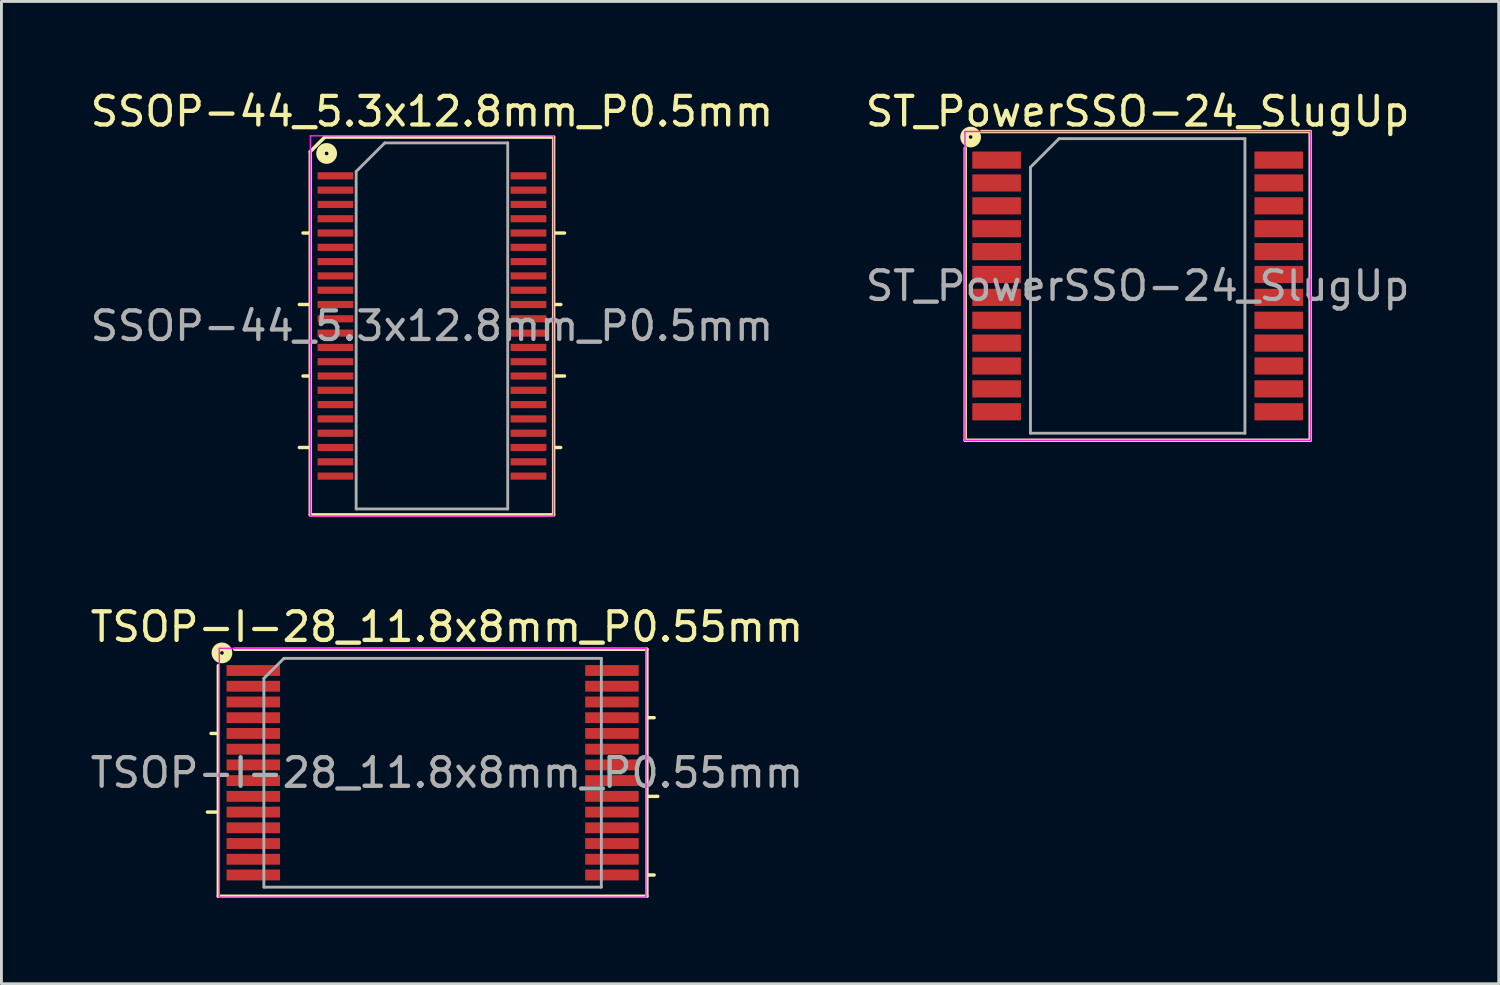
<source format=kicad_pcb>
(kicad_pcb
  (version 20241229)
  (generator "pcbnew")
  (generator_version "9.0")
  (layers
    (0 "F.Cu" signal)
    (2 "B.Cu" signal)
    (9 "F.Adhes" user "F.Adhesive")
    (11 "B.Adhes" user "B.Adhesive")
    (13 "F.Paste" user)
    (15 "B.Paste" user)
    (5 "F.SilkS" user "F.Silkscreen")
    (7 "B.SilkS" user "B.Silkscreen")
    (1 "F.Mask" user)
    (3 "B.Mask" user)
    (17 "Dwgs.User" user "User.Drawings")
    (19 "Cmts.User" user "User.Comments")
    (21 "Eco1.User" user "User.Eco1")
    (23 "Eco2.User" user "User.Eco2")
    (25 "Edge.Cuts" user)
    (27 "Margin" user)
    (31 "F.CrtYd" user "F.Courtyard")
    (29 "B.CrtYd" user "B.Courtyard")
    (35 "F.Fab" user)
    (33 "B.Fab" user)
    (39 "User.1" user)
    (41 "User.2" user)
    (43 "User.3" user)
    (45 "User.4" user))
  (footprint "TSOP-I-28_11.8x8mm_P0.55mm"
    (layer "F.Cu")
    (at 12.077 23.971)
    (property "Reference" "TSOP-I-28_11.8x8mm_P0.55mm" (at 0.5 -5.1 0) (layer "F.SilkS") (effects (font (size 1 1) (thickness 0.15))))
    (attr smd)
    (fp_line (start -7.493 -3.747) (end -7.493 4.318) (stroke (width 0.12) (type solid)) (layer "F.SilkS"))
    (fp_line (start -7.493 -1.375) (end -7.747 -1.375) (stroke (width 0.12) (type solid)) (layer "F.SilkS"))
    (fp_line (start -7.493 1.375) (end -7.874 1.375) (stroke (width 0.12) (type solid)) (layer "F.SilkS"))
    (fp_line (start -7.493 4.318) (end 7.493 4.318) (stroke (width 0.12) (type solid)) (layer "F.SilkS"))
    (fp_line (start 7.493 -4.318) (end -6.921 -4.318) (stroke (width 0.12) (type solid)) (layer "F.SilkS"))
    (fp_line (start 7.493 -1.925) (end 7.747 -1.925) (stroke (width 0.12) (type solid)) (layer "F.SilkS"))
    (fp_line (start 7.493 0.826) (end 7.874 0.825) (stroke (width 0.12) (type solid)) (layer "F.SilkS"))
    (fp_line (start 7.493 3.575) (end 7.747 3.575) (stroke (width 0.12) (type solid)) (layer "F.SilkS"))
    (fp_line (start 7.493 4.318) (end 7.493 -4.318) (stroke (width 0.12) (type solid)) (layer "F.SilkS"))
    (fp_circle (center -7.366 -4.191) (end -7.303 -4.191) (stroke (width 0.3) (type solid)) (fill no) (layer "F.SilkS"))
    (fp_line (start -7.46 -4.35) (end -7.46 4.35) (stroke (width 0.05) (type solid)) (layer "F.CrtYd"))
    (fp_line (start -7.46 -4.35) (end 7.46 -4.35) (stroke (width 0.05) (type solid)) (layer "F.CrtYd"))
    (fp_line (start 7.46 4.35) (end -7.46 4.35) (stroke (width 0.05) (type solid)) (layer "F.CrtYd"))
    (fp_line (start 7.46 4.35) (end 7.46 -4.35) (stroke (width 0.05) (type solid)) (layer "F.CrtYd"))
    (fp_line (start -5.9 -3.3) (end -5.9 4) (stroke (width 0.1) (type solid)) (layer "F.Fab"))
    (fp_line (start -5.9 -3.3) (end -5.2 -4) (stroke (width 0.1) (type solid)) (layer "F.Fab"))
    (fp_line (start 5.9 -4) (end -5.2 -4) (stroke (width 0.1) (type solid)) (layer "F.Fab"))
    (fp_line (start 5.9 -4) (end 5.9 4) (stroke (width 0.1) (type solid)) (layer "F.Fab"))
    (fp_line (start 5.9 4) (end -5.9 4) (stroke (width 0.1) (type solid)) (layer "F.Fab"))
    (fp_text user "${REFERENCE}" (at 0.5 0 0) (layer "F.Fab") (effects (font (size 1 1) (thickness 0.15))))
    (pad "1" smd rect (at -6.27 -3.575) (size 1.87 0.38) (layers "F.Cu" "F.Mask" "F.Paste"))
    (pad "2" smd rect (at -6.27 -3.025) (size 1.87 0.38) (layers "F.Cu" "F.Mask" "F.Paste"))
    (pad "3" smd rect (at -6.27 -2.475) (size 1.87 0.38) (layers "F.Cu" "F.Mask" "F.Paste"))
    (pad "4" smd rect (at -6.27 -1.925) (size 1.87 0.38) (layers "F.Cu" "F.Mask" "F.Paste"))
    (pad "5" smd rect (at -6.27 -1.375) (size 1.87 0.38) (layers "F.Cu" "F.Mask" "F.Paste"))
    (pad "6" smd rect (at -6.27 -0.825) (size 1.87 0.38) (layers "F.Cu" "F.Mask" "F.Paste"))
    (pad "7" smd rect (at -6.27 -0.275) (size 1.87 0.38) (layers "F.Cu" "F.Mask" "F.Paste"))
    (pad "8" smd rect (at -6.27 0.275) (size 1.87 0.38) (layers "F.Cu" "F.Mask" "F.Paste"))
    (pad "9" smd rect (at -6.27 0.825) (size 1.87 0.38) (layers "F.Cu" "F.Mask" "F.Paste"))
    (pad "10" smd rect (at -6.27 1.375) (size 1.87 0.38) (layers "F.Cu" "F.Mask" "F.Paste"))
    (pad "11" smd rect (at -6.27 1.925) (size 1.87 0.38) (layers "F.Cu" "F.Mask" "F.Paste"))
    (pad "12" smd rect (at -6.27 2.475) (size 1.87 0.38) (layers "F.Cu" "F.Mask" "F.Paste"))
    (pad "13" smd rect (at -6.27 3.025) (size 1.87 0.38) (layers "F.Cu" "F.Mask" "F.Paste"))
    (pad "14" smd rect (at -6.27 3.575) (size 1.87 0.38) (layers "F.Cu" "F.Mask" "F.Paste"))
    (pad "15" smd rect (at 6.27 3.575) (size 1.87 0.38) (layers "F.Cu" "F.Mask" "F.Paste"))
    (pad "16" smd rect (at 6.27 3.025) (size 1.87 0.38) (layers "F.Cu" "F.Mask" "F.Paste"))
    (pad "17" smd rect (at 6.27 2.475) (size 1.87 0.38) (layers "F.Cu" "F.Mask" "F.Paste"))
    (pad "18" smd rect (at 6.27 1.925) (size 1.87 0.38) (layers "F.Cu" "F.Mask" "F.Paste"))
    (pad "19" smd rect (at 6.27 1.375) (size 1.87 0.38) (layers "F.Cu" "F.Mask" "F.Paste"))
    (pad "20" smd rect (at 6.27 0.825) (size 1.87 0.38) (layers "F.Cu" "F.Mask" "F.Paste"))
    (pad "21" smd rect (at 6.27 0.275) (size 1.87 0.38) (layers "F.Cu" "F.Mask" "F.Paste"))
    (pad "22" smd rect (at 6.27 -0.275) (size 1.87 0.38) (layers "F.Cu" "F.Mask" "F.Paste"))
    (pad "23" smd rect (at 6.27 -0.825) (size 1.87 0.38) (layers "F.Cu" "F.Mask" "F.Paste"))
    (pad "24" smd rect (at 6.27 -1.375) (size 1.87 0.38) (layers "F.Cu" "F.Mask" "F.Paste"))
    (pad "25" smd rect (at 6.27 -1.925) (size 1.87 0.38) (layers "F.Cu" "F.Mask" "F.Paste"))
    (pad "26" smd rect (at 6.27 -2.475) (size 1.87 0.38) (layers "F.Cu" "F.Mask" "F.Paste"))
    (pad "27" smd rect (at 6.27 -3.025) (size 1.87 0.38) (layers "F.Cu" "F.Mask" "F.Paste"))
    (pad "28" smd rect (at 6.27 -3.575) (size 1.87 0.38) (layers "F.Cu" "F.Mask" "F.Paste")))
  (footprint "SSOP-44_5.3x12.8mm_P0.5mm"
    (layer "F.Cu")
    (at 12.054 8.348)
    (property "Reference" "SSOP-44_5.3x12.8mm_P0.5mm" (at 0 -7.5 0) (layer "F.SilkS") (effects (font (size 1 1) (thickness 0.15))))
    (attr smd)
    (fp_line (start -4.636 -0.75) (end -4.255 -0.75) (stroke (width 0.12) (type solid)) (layer "F.SilkS"))
    (fp_line (start -4.636 4.25) (end -4.255 4.25) (stroke (width 0.12) (type solid)) (layer "F.SilkS"))
    (fp_line (start -4.508 -3.25) (end -4.255 -3.25) (stroke (width 0.12) (type solid)) (layer "F.SilkS"))
    (fp_line (start -4.508 1.75) (end -4.255 1.75) (stroke (width 0.12) (type solid)) (layer "F.SilkS"))
    (fp_line (start -4.255 -6.096) (end -4.255 6.604) (stroke (width 0.12) (type solid)) (layer "F.SilkS"))
    (fp_line (start -4.255 -6.096) (end -3.747 -6.604) (stroke (width 0.12) (type solid)) (layer "F.SilkS"))
    (fp_line (start -4.255 6.604) (end 4.255 6.604) (stroke (width 0.12) (type solid)) (layer "F.SilkS"))
    (fp_line (start 4.255 -6.604) (end -3.747 -6.604) (stroke (width 0.12) (type solid)) (layer "F.SilkS"))
    (fp_line (start 4.255 -3.25) (end 4.636 -3.25) (stroke (width 0.12) (type solid)) (layer "F.SilkS"))
    (fp_line (start 4.255 -0.75) (end 4.508 -0.75) (stroke (width 0.12) (type solid)) (layer "F.SilkS"))
    (fp_line (start 4.255 1.75) (end 4.636 1.75) (stroke (width 0.12) (type solid)) (layer "F.SilkS"))
    (fp_line (start 4.255 4.25) (end 4.5 4.25) (stroke (width 0.12) (type solid)) (layer "F.SilkS"))
    (fp_line (start 4.255 6.604) (end 4.255 -6.604) (stroke (width 0.12) (type solid)) (layer "F.SilkS"))
    (fp_circle (center -3.683 -6.032) (end -3.619 -6.032) (stroke (width 0.3) (type solid)) (fill no) (layer "F.SilkS"))
    (fp_line (start -4.25 -6.65) (end -4.25 6.65) (stroke (width 0.05) (type solid)) (layer "F.CrtYd"))
    (fp_line (start -4.25 -6.65) (end 4.25 -6.65) (stroke (width 0.05) (type solid)) (layer "F.CrtYd"))
    (fp_line (start -4.25 6.65) (end 4.25 6.65) (stroke (width 0.05) (type solid)) (layer "F.CrtYd"))
    (fp_line (start 4.25 -6.65) (end 4.25 6.65) (stroke (width 0.05) (type solid)) (layer "F.CrtYd"))
    (fp_line (start -2.65 -5.4) (end -1.65 -6.4) (stroke (width 0.1) (type solid)) (layer "F.Fab"))
    (fp_line (start -2.65 6.4) (end -2.65 -5.4) (stroke (width 0.1) (type solid)) (layer "F.Fab"))
    (fp_line (start -1.65 -6.4) (end 2.65 -6.4) (stroke (width 0.1) (type solid)) (layer "F.Fab"))
    (fp_line (start 2.65 -6.4) (end 2.65 6.4) (stroke (width 0.1) (type solid)) (layer "F.Fab"))
    (fp_line (start 2.65 6.4) (end -2.65 6.4) (stroke (width 0.1) (type solid)) (layer "F.Fab"))
    (fp_text user "${REFERENCE}" (at 0 0 0) (layer "F.Fab") (effects (font (size 1 1) (thickness 0.15))))
    (pad "1" smd rect (at -3.375 -5.25) (size 1.25 0.25) (layers "F.Cu" "F.Mask" "F.Paste"))
    (pad "2" smd rect (at -3.375 -4.75) (size 1.25 0.25) (layers "F.Cu" "F.Mask" "F.Paste"))
    (pad "3" smd rect (at -3.375 -4.25) (size 1.25 0.25) (layers "F.Cu" "F.Mask" "F.Paste"))
    (pad "4" smd rect (at -3.375 -3.75) (size 1.25 0.25) (layers "F.Cu" "F.Mask" "F.Paste"))
    (pad "5" smd rect (at -3.375 -3.25) (size 1.25 0.25) (layers "F.Cu" "F.Mask" "F.Paste"))
    (pad "6" smd rect (at -3.375 -2.75) (size 1.25 0.25) (layers "F.Cu" "F.Mask" "F.Paste"))
    (pad "7" smd rect (at -3.375 -2.25) (size 1.25 0.25) (layers "F.Cu" "F.Mask" "F.Paste"))
    (pad "8" smd rect (at -3.375 -1.75) (size 1.25 0.25) (layers "F.Cu" "F.Mask" "F.Paste"))
    (pad "9" smd rect (at -3.375 -1.25) (size 1.25 0.25) (layers "F.Cu" "F.Mask" "F.Paste"))
    (pad "10" smd rect (at -3.375 -0.75) (size 1.25 0.25) (layers "F.Cu" "F.Mask" "F.Paste"))
    (pad "11" smd rect (at -3.375 -0.25) (size 1.25 0.25) (layers "F.Cu" "F.Mask" "F.Paste"))
    (pad "12" smd rect (at -3.375 0.25) (size 1.25 0.25) (layers "F.Cu" "F.Mask" "F.Paste"))
    (pad "13" smd rect (at -3.375 0.75) (size 1.25 0.25) (layers "F.Cu" "F.Mask" "F.Paste"))
    (pad "14" smd rect (at -3.375 1.25) (size 1.25 0.25) (layers "F.Cu" "F.Mask" "F.Paste"))
    (pad "15" smd rect (at -3.375 1.75) (size 1.25 0.25) (layers "F.Cu" "F.Mask" "F.Paste"))
    (pad "16" smd rect (at -3.375 2.25) (size 1.25 0.25) (layers "F.Cu" "F.Mask" "F.Paste"))
    (pad "17" smd rect (at -3.375 2.75) (size 1.25 0.25) (layers "F.Cu" "F.Mask" "F.Paste"))
    (pad "18" smd rect (at -3.375 3.25) (size 1.25 0.25) (layers "F.Cu" "F.Mask" "F.Paste"))
    (pad "19" smd rect (at -3.375 3.75) (size 1.25 0.25) (layers "F.Cu" "F.Mask" "F.Paste"))
    (pad "20" smd rect (at -3.375 4.25) (size 1.25 0.25) (layers "F.Cu" "F.Mask" "F.Paste"))
    (pad "21" smd rect (at -3.375 4.75) (size 1.25 0.25) (layers "F.Cu" "F.Mask" "F.Paste"))
    (pad "22" smd rect (at -3.375 5.25) (size 1.25 0.25) (layers "F.Cu" "F.Mask" "F.Paste"))
    (pad "23" smd rect (at 3.375 5.25) (size 1.25 0.25) (layers "F.Cu" "F.Mask" "F.Paste"))
    (pad "24" smd rect (at 3.375 4.75) (size 1.25 0.25) (layers "F.Cu" "F.Mask" "F.Paste"))
    (pad "25" smd rect (at 3.375 4.25) (size 1.25 0.25) (layers "F.Cu" "F.Mask" "F.Paste"))
    (pad "26" smd rect (at 3.375 3.75) (size 1.25 0.25) (layers "F.Cu" "F.Mask" "F.Paste"))
    (pad "27" smd rect (at 3.375 3.25) (size 1.25 0.25) (layers "F.Cu" "F.Mask" "F.Paste"))
    (pad "28" smd rect (at 3.375 2.75) (size 1.25 0.25) (layers "F.Cu" "F.Mask" "F.Paste"))
    (pad "29" smd rect (at 3.375 2.25) (size 1.25 0.25) (layers "F.Cu" "F.Mask" "F.Paste"))
    (pad "30" smd rect (at 3.375 1.75) (size 1.25 0.25) (layers "F.Cu" "F.Mask" "F.Paste"))
    (pad "31" smd rect (at 3.375 1.25) (size 1.25 0.25) (layers "F.Cu" "F.Mask" "F.Paste"))
    (pad "32" smd rect (at 3.375 0.75) (size 1.25 0.25) (layers "F.Cu" "F.Mask" "F.Paste"))
    (pad "33" smd rect (at 3.375 0.25) (size 1.25 0.25) (layers "F.Cu" "F.Mask" "F.Paste"))
    (pad "34" smd rect (at 3.375 -0.25) (size 1.25 0.25) (layers "F.Cu" "F.Mask" "F.Paste"))
    (pad "35" smd rect (at 3.375 -0.75) (size 1.25 0.25) (layers "F.Cu" "F.Mask" "F.Paste"))
    (pad "36" smd rect (at 3.375 -1.25) (size 1.25 0.25) (layers "F.Cu" "F.Mask" "F.Paste"))
    (pad "37" smd rect (at 3.375 -1.75) (size 1.25 0.25) (layers "F.Cu" "F.Mask" "F.Paste"))
    (pad "38" smd rect (at 3.375 -2.25) (size 1.25 0.25) (layers "F.Cu" "F.Mask" "F.Paste"))
    (pad "39" smd rect (at 3.375 -2.75) (size 1.25 0.25) (layers "F.Cu" "F.Mask" "F.Paste"))
    (pad "40" smd rect (at 3.375 -3.25) (size 1.25 0.25) (layers "F.Cu" "F.Mask" "F.Paste"))
    (pad "41" smd rect (at 3.375 -3.75) (size 1.25 0.25) (layers "F.Cu" "F.Mask" "F.Paste"))
    (pad "42" smd rect (at 3.375 -4.25) (size 1.25 0.25) (layers "F.Cu" "F.Mask" "F.Paste"))
    (pad "43" smd rect (at 3.375 -4.75) (size 1.25 0.25) (layers "F.Cu" "F.Mask" "F.Paste"))
    (pad "44" smd rect (at 3.375 -5.25) (size 1.25 0.25) (layers "F.Cu" "F.Mask" "F.Paste")))
  (footprint "ST_PowerSSO-24_SlugUp"
    (layer "F.Cu")
    (at 36.732 6.948)
    (property "Reference" "ST_PowerSSO-24_SlugUp" (at 0 -6.1 0) (layer "F.SilkS") (effects (font (size 1 1) (thickness 0.15))))
    (attr smd)
    (fp_line (start -6.032 -4.826) (end -6.032 5.397) (stroke (width 0.12) (type solid)) (layer "F.SilkS"))
    (fp_line (start -6.032 5.397) (end 6.032 5.397) (stroke (width 0.12) (type solid)) (layer "F.SilkS"))
    (fp_line (start 6.032 -5.397) (end -5.461 -5.397) (stroke (width 0.12) (type solid)) (layer "F.SilkS"))
    (fp_line (start 6.032 5.397) (end 6.032 -5.397) (stroke (width 0.12) (type solid)) (layer "F.SilkS"))
    (fp_circle (center -5.842 -5.207) (end -5.779 -5.207) (stroke (width 0.3) (type solid)) (fill no) (layer "F.SilkS"))
    (fp_line (start -6.04 -5.4) (end -6.04 5.4) (stroke (width 0.05) (type solid)) (layer "F.CrtYd"))
    (fp_line (start -6.04 -5.4) (end 6.04 -5.4) (stroke (width 0.05) (type solid)) (layer "F.CrtYd"))
    (fp_line (start 6.04 5.4) (end -6.04 5.4) (stroke (width 0.05) (type solid)) (layer "F.CrtYd"))
    (fp_line (start 6.04 5.4) (end 6.04 -5.4) (stroke (width 0.05) (type solid)) (layer "F.CrtYd"))
    (fp_line (start -3.75 -4.15) (end -3.75 5.15) (stroke (width 0.1) (type solid)) (layer "F.Fab"))
    (fp_line (start -3.75 5.15) (end 3.75 5.15) (stroke (width 0.1) (type solid)) (layer "F.Fab"))
    (fp_line (start -2.75 -5.15) (end -3.75 -4.15) (stroke (width 0.1) (type solid)) (layer "F.Fab"))
    (fp_line (start 3.75 -5.15) (end -2.75 -5.15) (stroke (width 0.1) (type solid)) (layer "F.Fab"))
    (fp_line (start 3.75 5.15) (end 3.75 -5.15) (stroke (width 0.1) (type solid)) (layer "F.Fab"))
    (fp_text user "${REFERENCE}" (at 0 0 0) (layer "F.Fab") (effects (font (size 1 1) (thickness 0.15))))
    (pad "1" smd rect (at -4.933 -4.4) (size 1.7 0.6) (layers "F.Cu" "F.Mask" "F.Paste"))
    (pad "2" smd rect (at -4.933 -3.6) (size 1.7 0.6) (layers "F.Cu" "F.Mask" "F.Paste"))
    (pad "3" smd rect (at -4.933 -2.8) (size 1.7 0.6) (layers "F.Cu" "F.Mask" "F.Paste"))
    (pad "4" smd rect (at -4.933 -2) (size 1.7 0.6) (layers "F.Cu" "F.Mask" "F.Paste"))
    (pad "5" smd rect (at -4.933 -1.2) (size 1.7 0.6) (layers "F.Cu" "F.Mask" "F.Paste"))
    (pad "6" smd rect (at -4.933 -0.4) (size 1.7 0.6) (layers "F.Cu" "F.Mask" "F.Paste"))
    (pad "7" smd rect (at -4.933 0.4) (size 1.7 0.6) (layers "F.Cu" "F.Mask" "F.Paste"))
    (pad "8" smd rect (at -4.933 1.2) (size 1.7 0.6) (layers "F.Cu" "F.Mask" "F.Paste"))
    (pad "9" smd rect (at -4.933 2) (size 1.7 0.6) (layers "F.Cu" "F.Mask" "F.Paste"))
    (pad "10" smd rect (at -4.933 2.8) (size 1.7 0.6) (layers "F.Cu" "F.Mask" "F.Paste"))
    (pad "11" smd rect (at -4.933 3.6) (size 1.7 0.6) (layers "F.Cu" "F.Mask" "F.Paste"))
    (pad "12" smd rect (at -4.933 4.4) (size 1.7 0.6) (layers "F.Cu" "F.Mask" "F.Paste"))
    (pad "13" smd rect (at 4.933 4.4) (size 1.7 0.6) (layers "F.Cu" "F.Mask" "F.Paste"))
    (pad "14" smd rect (at 4.933 3.6) (size 1.7 0.6) (layers "F.Cu" "F.Mask" "F.Paste"))
    (pad "15" smd rect (at 4.933 2.8) (size 1.7 0.6) (layers "F.Cu" "F.Mask" "F.Paste"))
    (pad "16" smd rect (at 4.933 2) (size 1.7 0.6) (layers "F.Cu" "F.Mask" "F.Paste"))
    (pad "17" smd rect (at 4.933 1.2) (size 1.7 0.6) (layers "F.Cu" "F.Mask" "F.Paste"))
    (pad "18" smd rect (at 4.933 0.4) (size 1.7 0.6) (layers "F.Cu" "F.Mask" "F.Paste"))
    (pad "19" smd rect (at 4.933 -0.4) (size 1.7 0.6) (layers "F.Cu" "F.Mask" "F.Paste"))
    (pad "20" smd rect (at 4.933 -1.2) (size 1.7 0.6) (layers "F.Cu" "F.Mask" "F.Paste"))
    (pad "21" smd rect (at 4.933 -2) (size 1.7 0.6) (layers "F.Cu" "F.Mask" "F.Paste"))
    (pad "22" smd rect (at 4.933 -2.8) (size 1.7 0.6) (layers "F.Cu" "F.Mask" "F.Paste"))
    (pad "23" smd rect (at 4.933 -3.6) (size 1.7 0.6) (layers "F.Cu" "F.Mask" "F.Paste"))
    (pad "24" smd rect (at 4.933 -4.4) (size 1.7 0.6) (layers "F.Cu" "F.Mask" "F.Paste")))
  (gr_rect
    (start -3 -3)
    (end 49.357 31.349)
    (stroke (width 0.1) (type default))
    (fill no)
    (layer "Edge.Cuts")))
</source>
